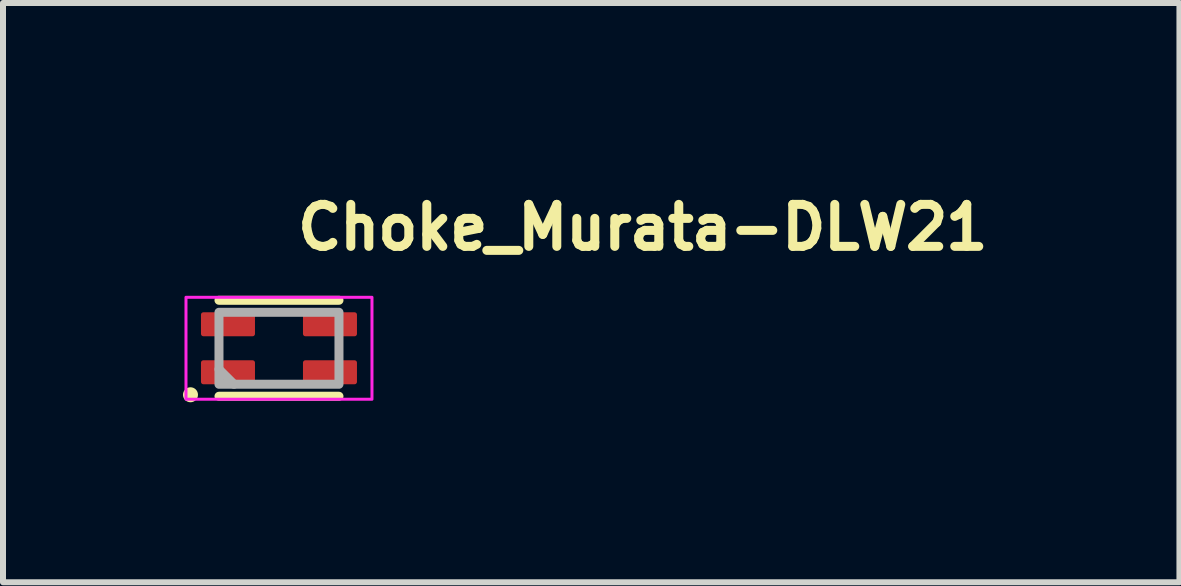
<source format=kicad_pcb>
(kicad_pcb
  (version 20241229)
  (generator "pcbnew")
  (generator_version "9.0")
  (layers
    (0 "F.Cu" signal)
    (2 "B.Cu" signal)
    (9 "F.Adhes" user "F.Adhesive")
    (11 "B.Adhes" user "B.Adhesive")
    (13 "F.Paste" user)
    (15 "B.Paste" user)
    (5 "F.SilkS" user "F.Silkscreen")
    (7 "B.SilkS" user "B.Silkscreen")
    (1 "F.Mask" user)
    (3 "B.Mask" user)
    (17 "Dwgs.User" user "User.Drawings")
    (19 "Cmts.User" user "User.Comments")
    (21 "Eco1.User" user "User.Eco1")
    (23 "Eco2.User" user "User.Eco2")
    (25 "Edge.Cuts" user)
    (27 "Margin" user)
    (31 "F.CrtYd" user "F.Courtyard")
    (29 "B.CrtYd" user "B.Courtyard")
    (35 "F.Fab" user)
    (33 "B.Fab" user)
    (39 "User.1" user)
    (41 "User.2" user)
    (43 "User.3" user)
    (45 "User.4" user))
  (footprint "Choke_Murata-DLW21"
    (layer "F.Cu")
    (at 1.6 2.755)
    (property "Reference" "Choke_Murata-DLW21" (at 0.232 -1.605 0) (layer "F.SilkS") (effects (font (size 0.7 0.7) (thickness 0.15)) (justify left bottom)))
    (attr smd)
    (fp_line (start -1 -0.8) (end 1 -0.8) (stroke (width 0.15) (type solid)) (layer "F.SilkS"))
    (fp_line (start 1 0.8) (end -1 0.8) (stroke (width 0.15) (type solid)) (layer "F.SilkS"))
    (fp_circle (center -1.475 0.775) (end -1.425 0.775) (stroke (width 0.15) (type solid)) (fill yes) (layer "F.SilkS"))
    (fp_rect (start -1.55 -0.85) (end 1.55 0.85) (stroke (width 0.05) (type solid)) (fill no) (layer "F.CrtYd"))
    (fp_line (start -1 0.35) (end -0.75 0.6) (stroke (width 0.15) (type solid)) (layer "F.Fab"))
    (fp_rect (start -1 -0.6) (end 1 0.6) (stroke (width 0.15) (type solid)) (fill no) (layer "F.Fab"))
    (fp_rect (start -1 -0.6) (end 1 0.599) (stroke (width 0.1) (type solid)) (fill no) (layer "User.5"))
    (fp_line (start -1 -0.6) (end -1 0.599) (stroke (width 0.02) (type solid)) (layer "User.9"))
    (fp_line (start -1 0.599) (end 1 0.599) (stroke (width 0.02) (type solid)) (layer "User.9"))
    (fp_line (start 1 -0.6) (end -1 -0.6) (stroke (width 0.02) (type solid)) (layer "User.9"))
    (fp_line (start 1 0.599) (end 1 -0.6) (stroke (width 0.02) (type solid)) (layer "User.9"))
    (pad "1" smd roundrect (at -0.85 0.4) (size 0.9 0.4) (layers "F.Cu" "F.Mask" "F.Paste") (roundrect_rratio 0.1))
    (pad "2" smd roundrect (at 0.85 0.4) (size 0.9 0.4) (layers "F.Cu" "F.Mask" "F.Paste") (roundrect_rratio 0.1))
    (pad "3" smd roundrect (at 0.85 -0.4) (size 0.9 0.4) (layers "F.Cu" "F.Mask" "F.Paste") (roundrect_rratio 0.1))
    (pad "4" smd roundrect (at -0.85 -0.4) (size 0.9 0.4) (layers "F.Cu" "F.Mask" "F.Paste") (roundrect_rratio 0.1)))
  (gr_rect
    (start -3 -3)
    (end 16.609 6.655)
    (stroke (width 0.1) (type default))
    (fill no)
    (layer "Edge.Cuts")))
</source>
